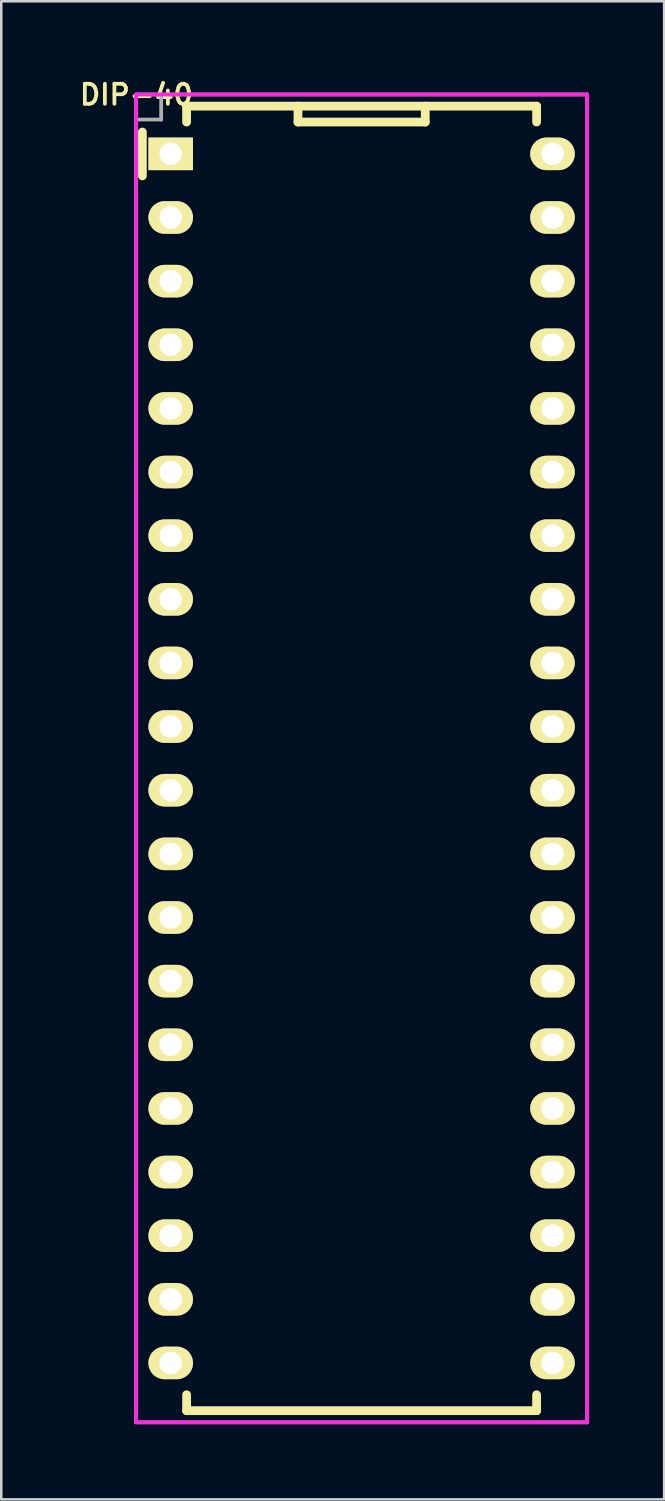
<source format=kicad_pcb>
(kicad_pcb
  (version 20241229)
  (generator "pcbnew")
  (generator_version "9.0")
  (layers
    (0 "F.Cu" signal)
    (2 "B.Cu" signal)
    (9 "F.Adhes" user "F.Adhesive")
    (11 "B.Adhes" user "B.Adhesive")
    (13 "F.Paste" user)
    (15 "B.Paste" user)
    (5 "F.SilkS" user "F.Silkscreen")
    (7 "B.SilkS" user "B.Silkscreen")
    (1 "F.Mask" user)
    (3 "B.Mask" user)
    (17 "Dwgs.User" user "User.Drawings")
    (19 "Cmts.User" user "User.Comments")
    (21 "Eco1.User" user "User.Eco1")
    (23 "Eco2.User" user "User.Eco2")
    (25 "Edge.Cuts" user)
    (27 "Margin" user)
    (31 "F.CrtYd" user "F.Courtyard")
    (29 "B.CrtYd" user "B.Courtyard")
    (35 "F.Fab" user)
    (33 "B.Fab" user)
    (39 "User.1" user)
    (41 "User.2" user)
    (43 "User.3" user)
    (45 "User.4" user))
  (footprint "DIP-40"
    (layer "F.Cu")
    (at 11.383 27.221)
    (property "Reference" "DIP-40" (at -8.99 -26.49 0) (layer "F.SilkS") (effects (font (size 0.8 0.8) (thickness 0.15))))
    (attr through_hole)
    (fp_line (start -8.75 -25) (end -8.75 -23.25) (stroke (width 0.35) (type solid)) (layer "F.SilkS"))
    (fp_line (start -6.985 -26.035) (end 6.985 -26.035) (stroke (width 0.35) (type solid)) (layer "F.SilkS"))
    (fp_line (start -6.985 -25.4) (end -6.985 -26.035) (stroke (width 0.35) (type solid)) (layer "F.SilkS"))
    (fp_line (start -6.985 25.4) (end -6.985 26.035) (stroke (width 0.35) (type solid)) (layer "F.SilkS"))
    (fp_line (start -6.985 26.035) (end 6.985 26.035) (stroke (width 0.35) (type solid)) (layer "F.SilkS"))
    (fp_line (start -2.54 -26.035) (end -2.54 -25.4) (stroke (width 0.35) (type solid)) (layer "F.SilkS"))
    (fp_line (start -2.54 -25.4) (end 2.54 -25.4) (stroke (width 0.35) (type solid)) (layer "F.SilkS"))
    (fp_line (start 2.54 -25.4) (end 2.54 -26.035) (stroke (width 0.35) (type solid)) (layer "F.SilkS"))
    (fp_line (start 6.985 -26.035) (end 6.985 -25.4) (stroke (width 0.35) (type solid)) (layer "F.SilkS"))
    (fp_line (start 6.985 26.035) (end 6.985 25.4) (stroke (width 0.35) (type solid)) (layer "F.SilkS"))
    (fp_line (start -9 -26.5) (end 9 -26.5) (stroke (width 0.15) (type solid)) (layer "F.CrtYd"))
    (fp_line (start -9 26.5) (end -9 -26.5) (stroke (width 0.15) (type solid)) (layer "F.CrtYd"))
    (fp_line (start 9 -26.5) (end 9 26.5) (stroke (width 0.15) (type solid)) (layer "F.CrtYd"))
    (fp_line (start 9 26.5) (end -9 26.5) (stroke (width 0.15) (type solid)) (layer "F.CrtYd"))
    (fp_line (start -9 -26.5) (end 9 -26.5) (stroke (width 0.15) (type solid)) (layer "F.Fab"))
    (fp_line (start -9 -25.5) (end -8 -25.5) (stroke (width 0.15) (type solid)) (layer "F.Fab"))
    (fp_line (start -9 26.5) (end -9 -26.5) (stroke (width 0.15) (type solid)) (layer "F.Fab"))
    (fp_line (start -8 -25.5) (end -8 -26.5) (stroke (width 0.15) (type solid)) (layer "F.Fab"))
    (fp_line (start 9 -26.5) (end 9 26.5) (stroke (width 0.15) (type solid)) (layer "F.Fab"))
    (fp_line (start 9 26.5) (end -9 26.5) (stroke (width 0.15) (type solid)) (layer "F.Fab"))
    (pad "1" thru_hole rect (at -7.62 -24.13) (size 1.778 1.3) (drill 0.9) (layers "*.Cu" "*.Mask" "F.SilkS"))
    (pad "2" thru_hole oval (at -7.62 -21.59) (size 1.778 1.3) (drill 0.9) (layers "*.Cu" "*.Mask" "F.SilkS"))
    (pad "3" thru_hole oval (at -7.62 -19.05) (size 1.778 1.3) (drill 0.9) (layers "*.Cu" "*.Mask" "F.SilkS"))
    (pad "4" thru_hole oval (at -7.62 -16.51) (size 1.778 1.3) (drill 0.9) (layers "*.Cu" "*.Mask" "F.SilkS"))
    (pad "5" thru_hole oval (at -7.62 -13.97) (size 1.778 1.3) (drill 0.9) (layers "*.Cu" "*.Mask" "F.SilkS"))
    (pad "6" thru_hole oval (at -7.62 -11.43) (size 1.778 1.3) (drill 0.9) (layers "*.Cu" "*.Mask" "F.SilkS"))
    (pad "7" thru_hole oval (at -7.62 -8.89) (size 1.778 1.3) (drill 0.9) (layers "*.Cu" "*.Mask" "F.SilkS"))
    (pad "8" thru_hole oval (at -7.62 -6.35) (size 1.778 1.3) (drill 0.9) (layers "*.Cu" "*.Mask" "F.SilkS"))
    (pad "9" thru_hole oval (at -7.62 -3.81) (size 1.778 1.3) (drill 0.9) (layers "*.Cu" "*.Mask" "F.SilkS"))
    (pad "10" thru_hole oval (at -7.62 -1.27) (size 1.778 1.3) (drill 0.9) (layers "*.Cu" "*.Mask" "F.SilkS"))
    (pad "11" thru_hole oval (at -7.62 1.27) (size 1.778 1.3) (drill 0.9) (layers "*.Cu" "*.Mask" "F.SilkS"))
    (pad "12" thru_hole oval (at -7.62 3.81) (size 1.778 1.3) (drill 0.9) (layers "*.Cu" "*.Mask" "F.SilkS"))
    (pad "13" thru_hole oval (at -7.62 6.35) (size 1.778 1.3) (drill 0.9) (layers "*.Cu" "*.Mask" "F.SilkS"))
    (pad "14" thru_hole oval (at -7.62 8.89) (size 1.778 1.3) (drill 0.9) (layers "*.Cu" "*.Mask" "F.SilkS"))
    (pad "15" thru_hole oval (at -7.62 11.43) (size 1.778 1.3) (drill 0.9) (layers "*.Cu" "*.Mask" "F.SilkS"))
    (pad "16" thru_hole oval (at -7.62 13.97) (size 1.778 1.3) (drill 0.9) (layers "*.Cu" "*.Mask" "F.SilkS"))
    (pad "17" thru_hole oval (at -7.62 16.51) (size 1.778 1.3) (drill 0.9) (layers "*.Cu" "*.Mask" "F.SilkS"))
    (pad "18" thru_hole oval (at -7.62 19.05) (size 1.778 1.3) (drill 0.9) (layers "*.Cu" "*.Mask" "F.SilkS"))
    (pad "19" thru_hole oval (at -7.62 21.59) (size 1.778 1.3) (drill 0.9) (layers "*.Cu" "*.Mask" "F.SilkS"))
    (pad "20" thru_hole oval (at -7.62 24.13) (size 1.778 1.3) (drill 0.9) (layers "*.Cu" "*.Mask" "F.SilkS"))
    (pad "21" thru_hole oval (at 7.62 24.13) (size 1.778 1.3) (drill 0.9) (layers "*.Cu" "*.Mask" "F.SilkS"))
    (pad "22" thru_hole oval (at 7.62 21.59) (size 1.778 1.3) (drill 0.9) (layers "*.Cu" "*.Mask" "F.SilkS"))
    (pad "23" thru_hole oval (at 7.62 19.05) (size 1.778 1.3) (drill 0.9) (layers "*.Cu" "*.Mask" "F.SilkS"))
    (pad "24" thru_hole oval (at 7.62 16.51) (size 1.778 1.3) (drill 0.9) (layers "*.Cu" "*.Mask" "F.SilkS"))
    (pad "25" thru_hole oval (at 7.62 13.97) (size 1.778 1.3) (drill 0.9) (layers "*.Cu" "*.Mask" "F.SilkS"))
    (pad "26" thru_hole oval (at 7.62 11.43) (size 1.778 1.3) (drill 0.9) (layers "*.Cu" "*.Mask" "F.SilkS"))
    (pad "27" thru_hole oval (at 7.62 8.89) (size 1.778 1.3) (drill 0.9) (layers "*.Cu" "*.Mask" "F.SilkS"))
    (pad "28" thru_hole oval (at 7.62 6.35) (size 1.778 1.3) (drill 0.9) (layers "*.Cu" "*.Mask" "F.SilkS"))
    (pad "29" thru_hole oval (at 7.62 3.81) (size 1.778 1.3) (drill 0.9) (layers "*.Cu" "*.Mask" "F.SilkS"))
    (pad "30" thru_hole oval (at 7.62 1.27) (size 1.778 1.3) (drill 0.9) (layers "*.Cu" "*.Mask" "F.SilkS"))
    (pad "31" thru_hole oval (at 7.62 -1.27) (size 1.778 1.3) (drill 0.9) (layers "*.Cu" "*.Mask" "F.SilkS"))
    (pad "32" thru_hole oval (at 7.62 -3.81) (size 1.778 1.3) (drill 0.9) (layers "*.Cu" "*.Mask" "F.SilkS"))
    (pad "33" thru_hole oval (at 7.62 -6.35) (size 1.778 1.3) (drill 0.9) (layers "*.Cu" "*.Mask" "F.SilkS"))
    (pad "34" thru_hole oval (at 7.62 -8.89) (size 1.778 1.3) (drill 0.9) (layers "*.Cu" "*.Mask" "F.SilkS"))
    (pad "35" thru_hole oval (at 7.62 -11.43) (size 1.778 1.3) (drill 0.9) (layers "*.Cu" "*.Mask" "F.SilkS"))
    (pad "36" thru_hole oval (at 7.62 -13.97) (size 1.778 1.3) (drill 0.9) (layers "*.Cu" "*.Mask" "F.SilkS"))
    (pad "37" thru_hole oval (at 7.62 -16.51) (size 1.778 1.3) (drill 0.9) (layers "*.Cu" "*.Mask" "F.SilkS"))
    (pad "38" thru_hole oval (at 7.62 -19.05) (size 1.778 1.3) (drill 0.9) (layers "*.Cu" "*.Mask" "F.SilkS"))
    (pad "39" thru_hole oval (at 7.62 -21.59) (size 1.778 1.3) (drill 0.9) (layers "*.Cu" "*.Mask" "F.SilkS"))
    (pad "40" thru_hole oval (at 7.62 -24.13) (size 1.778 1.3) (drill 0.9) (layers "*.Cu" "*.Mask" "F.SilkS")))
  (gr_rect
    (start -3 -3)
    (end 23.458 56.796)
    (stroke (width 0.1) (type default))
    (fill no)
    (layer "Edge.Cuts")))
</source>
